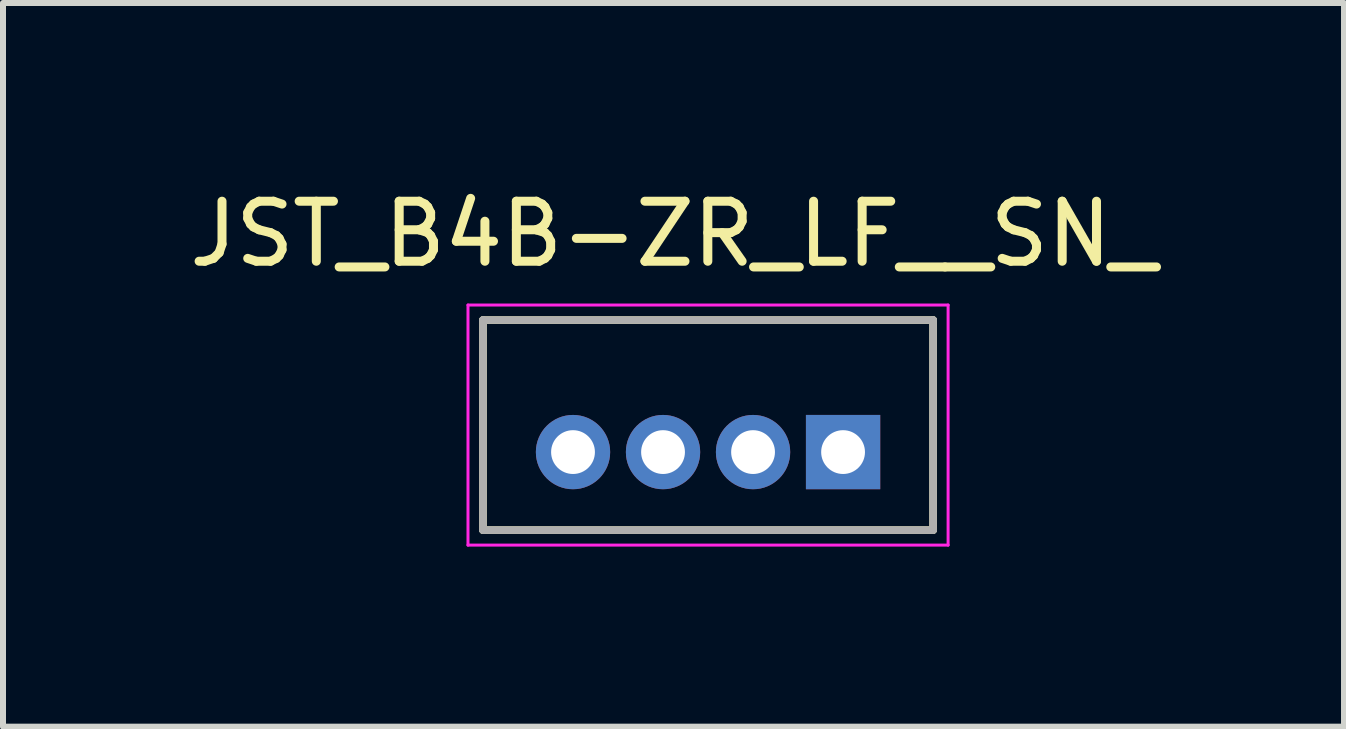
<source format=kicad_pcb>
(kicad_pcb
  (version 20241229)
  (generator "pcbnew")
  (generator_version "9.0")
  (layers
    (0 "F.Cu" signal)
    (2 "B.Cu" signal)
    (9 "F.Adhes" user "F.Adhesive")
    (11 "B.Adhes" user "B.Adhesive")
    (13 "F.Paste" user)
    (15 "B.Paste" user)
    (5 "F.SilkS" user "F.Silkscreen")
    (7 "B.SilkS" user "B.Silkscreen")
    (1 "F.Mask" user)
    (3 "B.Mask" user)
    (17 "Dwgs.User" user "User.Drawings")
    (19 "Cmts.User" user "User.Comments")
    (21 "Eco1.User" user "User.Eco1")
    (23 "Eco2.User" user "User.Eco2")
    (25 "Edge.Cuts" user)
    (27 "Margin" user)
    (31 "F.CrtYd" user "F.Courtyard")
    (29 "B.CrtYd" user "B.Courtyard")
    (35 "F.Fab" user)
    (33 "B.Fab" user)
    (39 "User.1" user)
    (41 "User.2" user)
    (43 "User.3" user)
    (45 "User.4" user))
  (footprint "JST_B4B-ZR_LF__SN_"
    (layer "F.Cu")
    (at 8.748 4.033)
    (property "Reference" "JST_B4B-ZR_LF__SN_" (at -0.575 -3.185 0) (layer "F.SilkS") (effects (font (size 1 1) (thickness 0.15))))
    (attr through_hole)
    (fp_line (start -3.75 -1.75) (end -3.75 1.75) (stroke (width 0.127) (type solid)) (layer "F.SilkS"))
    (fp_line (start 3.75 -1.75) (end -3.75 -1.75) (stroke (width 0.127) (type solid)) (layer "F.SilkS"))
    (fp_line (start 3.75 1.75) (end -3.75 1.75) (stroke (width 0.127) (type solid)) (layer "F.SilkS"))
    (fp_line (start 3.75 1.75) (end 3.75 -1.75) (stroke (width 0.127) (type solid)) (layer "F.SilkS"))
    (fp_line (start -4 -2) (end -4 2) (stroke (width 0.05) (type solid)) (layer "F.CrtYd"))
    (fp_line (start -4 2) (end 4 2) (stroke (width 0.05) (type solid)) (layer "F.CrtYd"))
    (fp_line (start 4 -2) (end -4 -2) (stroke (width 0.05) (type solid)) (layer "F.CrtYd"))
    (fp_line (start 4 2) (end 4 -2) (stroke (width 0.05) (type solid)) (layer "F.CrtYd"))
    (fp_line (start -3.75 -1.75) (end -3.75 1.75) (stroke (width 0.127) (type solid)) (layer "F.Fab"))
    (fp_line (start -3.75 1.75) (end 3.75 1.75) (stroke (width 0.127) (type solid)) (layer "F.Fab"))
    (fp_line (start 3.75 -1.75) (end -3.75 -1.75) (stroke (width 0.127) (type solid)) (layer "F.Fab"))
    (fp_line (start 3.75 1.75) (end 3.75 -1.75) (stroke (width 0.127) (type solid)) (layer "F.Fab"))
    (pad "1" thru_hole rect (at 2.25 0.45) (size 1.238 1.238) (drill 0.73) (layers "*.Cu" "*.Mask"))
    (pad "2" thru_hole circle (at 0.75 0.45) (size 1.238 1.238) (drill 0.73) (layers "*.Cu" "*.Mask"))
    (pad "3" thru_hole circle (at -0.75 0.45) (size 1.238 1.238) (drill 0.73) (layers "*.Cu" "*.Mask"))
    (pad "4" thru_hole circle (at -2.25 0.45) (size 1.238 1.238) (drill 0.73) (layers "*.Cu" "*.Mask")))
  (gr_rect
    (start -3 -3)
    (end 19.345 9.058)
    (stroke (width 0.1) (type default))
    (fill no)
    (layer "Edge.Cuts")))
</source>
